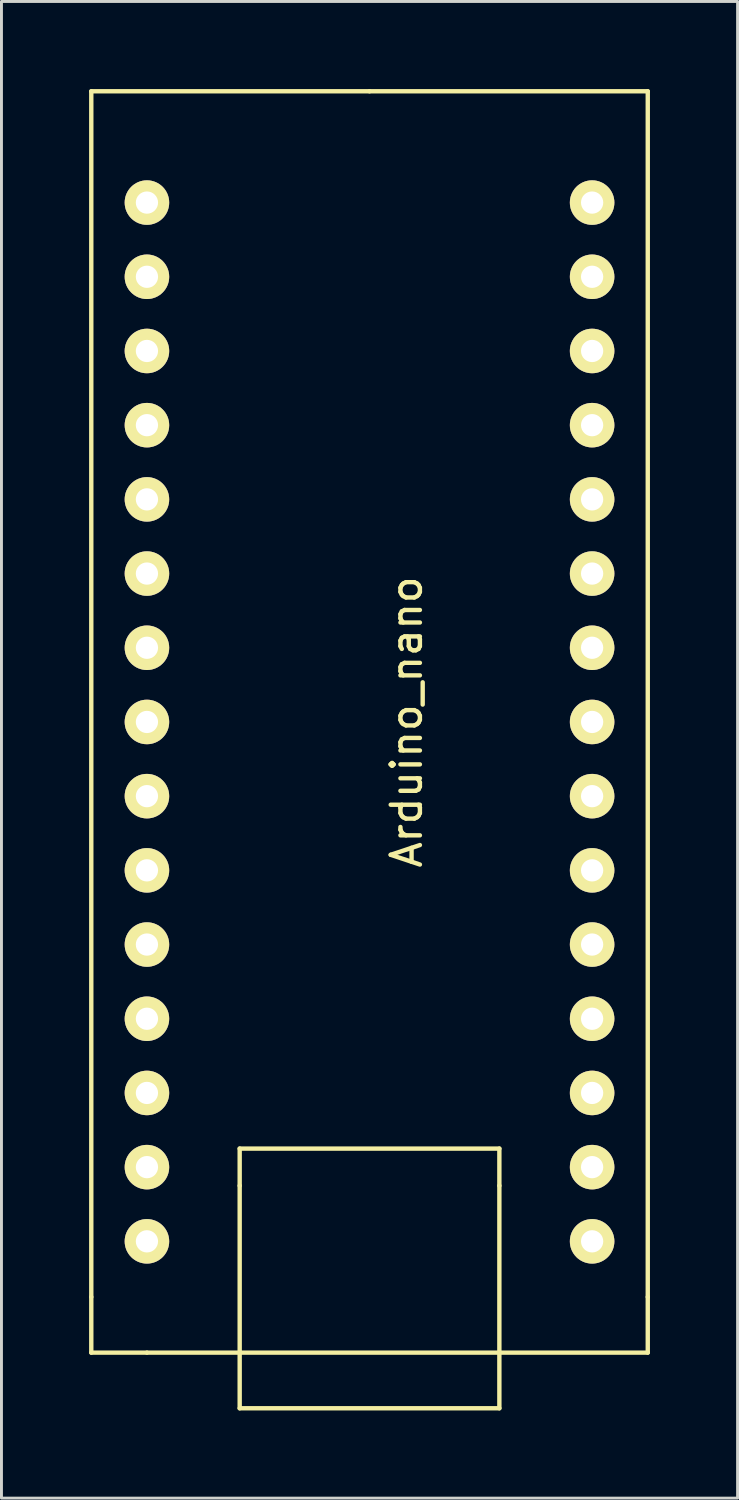
<source format=kicad_pcb>
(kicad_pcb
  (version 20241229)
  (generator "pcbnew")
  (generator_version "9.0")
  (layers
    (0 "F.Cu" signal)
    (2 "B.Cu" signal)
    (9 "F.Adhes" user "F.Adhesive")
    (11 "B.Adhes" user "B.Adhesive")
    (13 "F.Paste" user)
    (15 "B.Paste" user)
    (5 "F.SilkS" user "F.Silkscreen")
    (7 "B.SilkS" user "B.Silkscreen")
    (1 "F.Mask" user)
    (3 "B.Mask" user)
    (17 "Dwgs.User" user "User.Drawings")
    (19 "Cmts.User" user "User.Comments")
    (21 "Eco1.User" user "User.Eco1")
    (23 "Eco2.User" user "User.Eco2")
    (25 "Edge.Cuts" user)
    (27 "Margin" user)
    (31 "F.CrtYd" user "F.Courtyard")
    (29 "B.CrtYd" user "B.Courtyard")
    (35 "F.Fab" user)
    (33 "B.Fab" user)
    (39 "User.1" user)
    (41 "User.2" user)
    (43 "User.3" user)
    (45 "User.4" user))
  (footprint "Arduino_nano"
    (layer "F.Cu")
    (at 9.6 21.665)
    (property "Reference" "Arduino_nano" (at 1.27 0 90) (layer "F.SilkS") (effects (font (size 1 1) (thickness 0.15))))
    (attr through_hole)
    (fp_line (start -9.525 -21.59) (end -9.525 19.685) (stroke (width 0.15) (type solid)) (layer "F.SilkS"))
    (fp_line (start -9.525 21.59) (end -9.525 19.685) (stroke (width 0.15) (type solid)) (layer "F.SilkS"))
    (fp_line (start -7.62 21.59) (end -9.525 21.59) (stroke (width 0.15) (type solid)) (layer "F.SilkS"))
    (fp_line (start -7.62 21.59) (end 9.525 21.59) (stroke (width 0.15) (type solid)) (layer "F.SilkS"))
    (fp_line (start -4.445 14.605) (end -4.445 15.875) (stroke (width 0.15) (type solid)) (layer "F.SilkS"))
    (fp_line (start -4.445 15.875) (end -4.445 23.495) (stroke (width 0.15) (type solid)) (layer "F.SilkS"))
    (fp_line (start 0 -21.59) (end -9.525 -21.59) (stroke (width 0.15) (type solid)) (layer "F.SilkS"))
    (fp_line (start 4.445 14.605) (end -4.445 14.605) (stroke (width 0.15) (type solid)) (layer "F.SilkS"))
    (fp_line (start 4.445 15.875) (end 4.445 14.605) (stroke (width 0.15) (type solid)) (layer "F.SilkS"))
    (fp_line (start 4.445 23.495) (end -4.445 23.495) (stroke (width 0.15) (type solid)) (layer "F.SilkS"))
    (fp_line (start 4.445 23.495) (end 4.445 15.875) (stroke (width 0.15) (type solid)) (layer "F.SilkS"))
    (fp_line (start 9.525 -21.59) (end 0 -21.59) (stroke (width 0.15) (type solid)) (layer "F.SilkS"))
    (fp_line (start 9.525 19.685) (end 9.525 -21.59) (stroke (width 0.15) (type solid)) (layer "F.SilkS"))
    (fp_line (start 9.525 21.59) (end 9.525 19.685) (stroke (width 0.15) (type solid)) (layer "F.SilkS"))
    (pad "1" thru_hole circle (at -7.62 -17.78) (size 1.524 1.524) (drill 0.762) (layers "*.Cu" "*.Mask" "F.SilkS"))
    (pad "2" thru_hole circle (at -7.62 -15.24) (size 1.524 1.524) (drill 0.762) (layers "*.Cu" "*.Mask" "F.SilkS"))
    (pad "3" thru_hole circle (at -7.62 -12.7) (size 1.524 1.524) (drill 0.762) (layers "*.Cu" "*.Mask" "F.SilkS"))
    (pad "4" thru_hole circle (at -7.62 -10.16) (size 1.524 1.524) (drill 0.762) (layers "*.Cu" "*.Mask" "F.SilkS"))
    (pad "5" thru_hole circle (at -7.62 -7.62) (size 1.524 1.524) (drill 0.762) (layers "*.Cu" "*.Mask" "F.SilkS"))
    (pad "6" thru_hole circle (at -7.62 -5.08) (size 1.524 1.524) (drill 0.762) (layers "*.Cu" "*.Mask" "F.SilkS"))
    (pad "7" thru_hole circle (at -7.62 -2.54) (size 1.524 1.524) (drill 0.762) (layers "*.Cu" "*.Mask" "F.SilkS"))
    (pad "8" thru_hole circle (at -7.62 0) (size 1.524 1.524) (drill 0.762) (layers "*.Cu" "*.Mask" "F.SilkS"))
    (pad "9" thru_hole circle (at -7.62 2.54) (size 1.524 1.524) (drill 0.762) (layers "*.Cu" "*.Mask" "F.SilkS"))
    (pad "10" thru_hole circle (at -7.62 5.08) (size 1.524 1.524) (drill 0.762) (layers "*.Cu" "*.Mask" "F.SilkS"))
    (pad "11" thru_hole circle (at -7.62 7.62) (size 1.524 1.524) (drill 0.762) (layers "*.Cu" "*.Mask" "F.SilkS"))
    (pad "12" thru_hole circle (at -7.62 10.16) (size 1.524 1.524) (drill 0.762) (layers "*.Cu" "*.Mask" "F.SilkS"))
    (pad "13" thru_hole circle (at -7.62 12.7) (size 1.524 1.524) (drill 0.762) (layers "*.Cu" "*.Mask" "F.SilkS"))
    (pad "14" thru_hole circle (at -7.62 15.24) (size 1.524 1.524) (drill 0.762) (layers "*.Cu" "*.Mask" "F.SilkS"))
    (pad "15" thru_hole circle (at -7.62 17.78) (size 1.524 1.524) (drill 0.762) (layers "*.Cu" "*.Mask" "F.SilkS"))
    (pad "16" thru_hole circle (at 7.62 17.78) (size 1.524 1.524) (drill 0.762) (layers "*.Cu" "*.Mask" "F.SilkS"))
    (pad "17" thru_hole circle (at 7.62 15.24) (size 1.524 1.524) (drill 0.762) (layers "*.Cu" "*.Mask" "F.SilkS"))
    (pad "18" thru_hole circle (at 7.62 12.7) (size 1.524 1.524) (drill 0.762) (layers "*.Cu" "*.Mask" "F.SilkS"))
    (pad "19" thru_hole circle (at 7.62 10.16) (size 1.524 1.524) (drill 0.762) (layers "*.Cu" "*.Mask" "F.SilkS"))
    (pad "20" thru_hole circle (at 7.62 7.62) (size 1.524 1.524) (drill 0.762) (layers "*.Cu" "*.Mask" "F.SilkS"))
    (pad "21" thru_hole circle (at 7.62 5.08) (size 1.524 1.524) (drill 0.762) (layers "*.Cu" "*.Mask" "F.SilkS"))
    (pad "22" thru_hole circle (at 7.62 2.54) (size 1.524 1.524) (drill 0.762) (layers "*.Cu" "*.Mask" "F.SilkS"))
    (pad "23" thru_hole circle (at 7.62 0) (size 1.524 1.524) (drill 0.762) (layers "*.Cu" "*.Mask" "F.SilkS"))
    (pad "24" thru_hole circle (at 7.62 -2.54) (size 1.524 1.524) (drill 0.762) (layers "*.Cu" "*.Mask" "F.SilkS"))
    (pad "25" thru_hole circle (at 7.62 -5.08) (size 1.524 1.524) (drill 0.762) (layers "*.Cu" "*.Mask" "F.SilkS"))
    (pad "26" thru_hole circle (at 7.62 -7.62) (size 1.524 1.524) (drill 0.762) (layers "*.Cu" "*.Mask" "F.SilkS"))
    (pad "27" thru_hole circle (at 7.62 -10.16) (size 1.524 1.524) (drill 0.762) (layers "*.Cu" "*.Mask" "F.SilkS"))
    (pad "28" thru_hole circle (at 7.62 -12.7) (size 1.524 1.524) (drill 0.762) (layers "*.Cu" "*.Mask" "F.SilkS"))
    (pad "29" thru_hole circle (at 7.62 -15.24) (size 1.524 1.524) (drill 0.762) (layers "*.Cu" "*.Mask" "F.SilkS"))
    (pad "30" thru_hole circle (at 7.62 -17.78) (size 1.524 1.524) (drill 0.762) (layers "*.Cu" "*.Mask" "F.SilkS")))
  (gr_rect
    (start -3 -3)
    (end 22.2 48.235)
    (stroke (width 0.1) (type default))
    (fill no)
    (layer "Edge.Cuts")))
</source>
